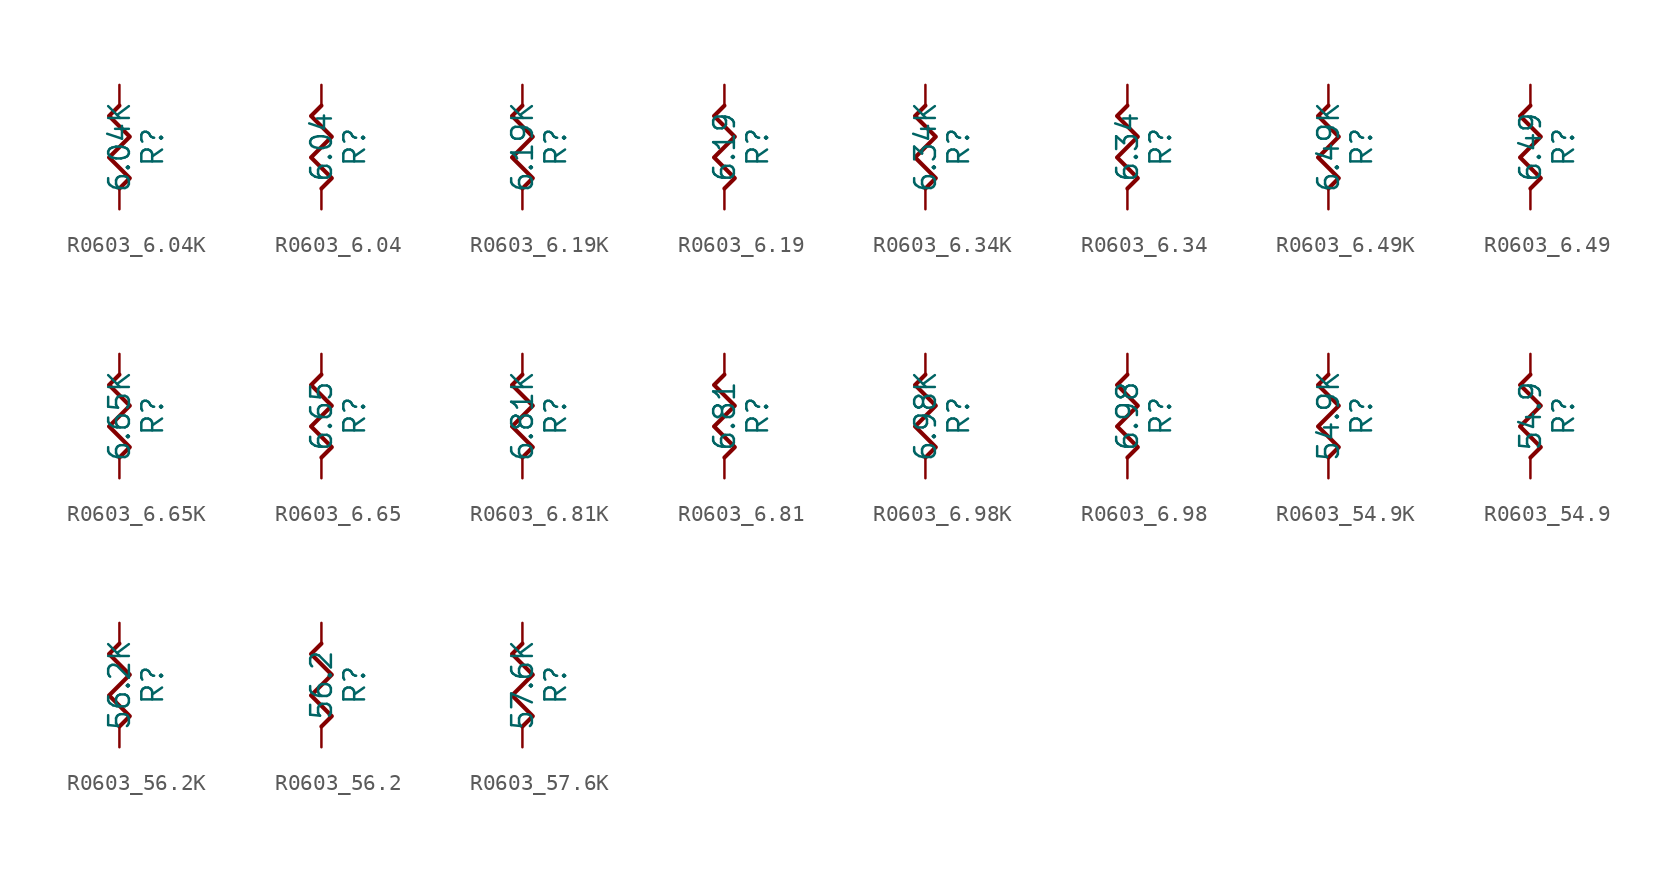
<source format=kicad_sym>
(kicad_symbol_lib
  (version 20211014)
  (generator atlantix-eda)
  (symbol "R0603_6.04K"
    (pin_numbers hide)
    (pin_names
      (offset 0))
    (property "Reference" "R"
      (at 2.032 0 90)
      (effects (font (size 1.27 1.27))))
    (property "Value" "6.04K"
      (at 0 0 90)
      (effects (font (size 1.27 1.27))))
    (symbol "R0603_6.04K_0_1"
      (polyline (pts (xy 0 -2.54) (xy 0.635 -1.905) (xy -0.635 -0.635) (xy 0.635 0.635) (xy -0.635 1.905) (xy 0 2.54)) (stroke (width 0.254) (type default) (color 0 0 0 0)) (fill (type none))))
    (symbol "R0603_6.04K_1_1"
      (pin passive line (at 0 3.81 270) (length 1.27) (name "~" (effects (font (size 1.27 1.27)))) (number "1" (effects (font (size 1.27 1.27)))))
      (pin passive line (at 0 -3.81 90) (length 1.27) (name "~" (effects (font (size 1.27 1.27)))) (number "2" (effects (font (size 1.27 1.27)))))))
  (symbol "R0603_6.04"
    (pin_numbers hide)
    (pin_names
      (offset 0))
    (property "Reference" "R"
      (at 2.032 0 90)
      (effects (font (size 1.27 1.27))))
    (property "Value" "6.04"
      (at 0 0 90)
      (effects (font (size 1.27 1.27))))
    (symbol "R0603_6.04_0_1"
      (polyline (pts (xy 0 -2.54) (xy 0.635 -1.905) (xy -0.635 -0.635) (xy 0.635 0.635) (xy -0.635 1.905) (xy 0 2.54)) (stroke (width 0.254) (type default) (color 0 0 0 0)) (fill (type none))))
    (symbol "R0603_6.04_1_1"
      (pin passive line (at 0 3.81 270) (length 1.27) (name "~" (effects (font (size 1.27 1.27)))) (number "1" (effects (font (size 1.27 1.27)))))
      (pin passive line (at 0 -3.81 90) (length 1.27) (name "~" (effects (font (size 1.27 1.27)))) (number "2" (effects (font (size 1.27 1.27)))))))
  (symbol "R0603_6.19K"
    (pin_numbers hide)
    (pin_names
      (offset 0))
    (property "Reference" "R"
      (at 2.032 0 90)
      (effects (font (size 1.27 1.27))))
    (property "Value" "6.19K"
      (at 0 0 90)
      (effects (font (size 1.27 1.27))))
    (symbol "R0603_6.19K_0_1"
      (polyline (pts (xy 0 -2.54) (xy 0.635 -1.905) (xy -0.635 -0.635) (xy 0.635 0.635) (xy -0.635 1.905) (xy 0 2.54)) (stroke (width 0.254) (type default) (color 0 0 0 0)) (fill (type none))))
    (symbol "R0603_6.19K_1_1"
      (pin passive line (at 0 3.81 270) (length 1.27) (name "~" (effects (font (size 1.27 1.27)))) (number "1" (effects (font (size 1.27 1.27)))))
      (pin passive line (at 0 -3.81 90) (length 1.27) (name "~" (effects (font (size 1.27 1.27)))) (number "2" (effects (font (size 1.27 1.27)))))))
  (symbol "R0603_6.19"
    (pin_numbers hide)
    (pin_names
      (offset 0))
    (property "Reference" "R"
      (at 2.032 0 90)
      (effects (font (size 1.27 1.27))))
    (property "Value" "6.19"
      (at 0 0 90)
      (effects (font (size 1.27 1.27))))
    (symbol "R0603_6.19_0_1"
      (polyline (pts (xy 0 -2.54) (xy 0.635 -1.905) (xy -0.635 -0.635) (xy 0.635 0.635) (xy -0.635 1.905) (xy 0 2.54)) (stroke (width 0.254) (type default) (color 0 0 0 0)) (fill (type none))))
    (symbol "R0603_6.19_1_1"
      (pin passive line (at 0 3.81 270) (length 1.27) (name "~" (effects (font (size 1.27 1.27)))) (number "1" (effects (font (size 1.27 1.27)))))
      (pin passive line (at 0 -3.81 90) (length 1.27) (name "~" (effects (font (size 1.27 1.27)))) (number "2" (effects (font (size 1.27 1.27)))))))
  (symbol "R0603_6.34K"
    (pin_numbers hide)
    (pin_names
      (offset 0))
    (property "Reference" "R"
      (at 2.032 0 90)
      (effects (font (size 1.27 1.27))))
    (property "Value" "6.34K"
      (at 0 0 90)
      (effects (font (size 1.27 1.27))))
    (symbol "R0603_6.34K_0_1"
      (polyline (pts (xy 0 -2.54) (xy 0.635 -1.905) (xy -0.635 -0.635) (xy 0.635 0.635) (xy -0.635 1.905) (xy 0 2.54)) (stroke (width 0.254) (type default) (color 0 0 0 0)) (fill (type none))))
    (symbol "R0603_6.34K_1_1"
      (pin passive line (at 0 3.81 270) (length 1.27) (name "~" (effects (font (size 1.27 1.27)))) (number "1" (effects (font (size 1.27 1.27)))))
      (pin passive line (at 0 -3.81 90) (length 1.27) (name "~" (effects (font (size 1.27 1.27)))) (number "2" (effects (font (size 1.27 1.27)))))))
  (symbol "R0603_6.34"
    (pin_numbers hide)
    (pin_names
      (offset 0))
    (property "Reference" "R"
      (at 2.032 0 90)
      (effects (font (size 1.27 1.27))))
    (property "Value" "6.34"
      (at 0 0 90)
      (effects (font (size 1.27 1.27))))
    (symbol "R0603_6.34_0_1"
      (polyline (pts (xy 0 -2.54) (xy 0.635 -1.905) (xy -0.635 -0.635) (xy 0.635 0.635) (xy -0.635 1.905) (xy 0 2.54)) (stroke (width 0.254) (type default) (color 0 0 0 0)) (fill (type none))))
    (symbol "R0603_6.34_1_1"
      (pin passive line (at 0 3.81 270) (length 1.27) (name "~" (effects (font (size 1.27 1.27)))) (number "1" (effects (font (size 1.27 1.27)))))
      (pin passive line (at 0 -3.81 90) (length 1.27) (name "~" (effects (font (size 1.27 1.27)))) (number "2" (effects (font (size 1.27 1.27)))))))
  (symbol "R0603_6.49K"
    (pin_numbers hide)
    (pin_names
      (offset 0))
    (property "Reference" "R"
      (at 2.032 0 90)
      (effects (font (size 1.27 1.27))))
    (property "Value" "6.49K"
      (at 0 0 90)
      (effects (font (size 1.27 1.27))))
    (symbol "R0603_6.49K_0_1"
      (polyline (pts (xy 0 -2.54) (xy 0.635 -1.905) (xy -0.635 -0.635) (xy 0.635 0.635) (xy -0.635 1.905) (xy 0 2.54)) (stroke (width 0.254) (type default) (color 0 0 0 0)) (fill (type none))))
    (symbol "R0603_6.49K_1_1"
      (pin passive line (at 0 3.81 270) (length 1.27) (name "~" (effects (font (size 1.27 1.27)))) (number "1" (effects (font (size 1.27 1.27)))))
      (pin passive line (at 0 -3.81 90) (length 1.27) (name "~" (effects (font (size 1.27 1.27)))) (number "2" (effects (font (size 1.27 1.27)))))))
  (symbol "R0603_6.49"
    (pin_numbers hide)
    (pin_names
      (offset 0))
    (property "Reference" "R"
      (at 2.032 0 90)
      (effects (font (size 1.27 1.27))))
    (property "Value" "6.49"
      (at 0 0 90)
      (effects (font (size 1.27 1.27))))
    (symbol "R0603_6.49_0_1"
      (polyline (pts (xy 0 -2.54) (xy 0.635 -1.905) (xy -0.635 -0.635) (xy 0.635 0.635) (xy -0.635 1.905) (xy 0 2.54)) (stroke (width 0.254) (type default) (color 0 0 0 0)) (fill (type none))))
    (symbol "R0603_6.49_1_1"
      (pin passive line (at 0 3.81 270) (length 1.27) (name "~" (effects (font (size 1.27 1.27)))) (number "1" (effects (font (size 1.27 1.27)))))
      (pin passive line (at 0 -3.81 90) (length 1.27) (name "~" (effects (font (size 1.27 1.27)))) (number "2" (effects (font (size 1.27 1.27)))))))
  (symbol "R0603_6.65K"
    (pin_numbers hide)
    (pin_names
      (offset 0))
    (property "Reference" "R"
      (at 2.032 0 90)
      (effects (font (size 1.27 1.27))))
    (property "Value" "6.65K"
      (at 0 0 90)
      (effects (font (size 1.27 1.27))))
    (symbol "R0603_6.65K_0_1"
      (polyline (pts (xy 0 -2.54) (xy 0.635 -1.905) (xy -0.635 -0.635) (xy 0.635 0.635) (xy -0.635 1.905) (xy 0 2.54)) (stroke (width 0.254) (type default) (color 0 0 0 0)) (fill (type none))))
    (symbol "R0603_6.65K_1_1"
      (pin passive line (at 0 3.81 270) (length 1.27) (name "~" (effects (font (size 1.27 1.27)))) (number "1" (effects (font (size 1.27 1.27)))))
      (pin passive line (at 0 -3.81 90) (length 1.27) (name "~" (effects (font (size 1.27 1.27)))) (number "2" (effects (font (size 1.27 1.27)))))))
  (symbol "R0603_6.65"
    (pin_numbers hide)
    (pin_names
      (offset 0))
    (property "Reference" "R"
      (at 2.032 0 90)
      (effects (font (size 1.27 1.27))))
    (property "Value" "6.65"
      (at 0 0 90)
      (effects (font (size 1.27 1.27))))
    (symbol "R0603_6.65_0_1"
      (polyline (pts (xy 0 -2.54) (xy 0.635 -1.905) (xy -0.635 -0.635) (xy 0.635 0.635) (xy -0.635 1.905) (xy 0 2.54)) (stroke (width 0.254) (type default) (color 0 0 0 0)) (fill (type none))))
    (symbol "R0603_6.65_1_1"
      (pin passive line (at 0 3.81 270) (length 1.27) (name "~" (effects (font (size 1.27 1.27)))) (number "1" (effects (font (size 1.27 1.27)))))
      (pin passive line (at 0 -3.81 90) (length 1.27) (name "~" (effects (font (size 1.27 1.27)))) (number "2" (effects (font (size 1.27 1.27)))))))
  (symbol "R0603_6.81K"
    (pin_numbers hide)
    (pin_names
      (offset 0))
    (property "Reference" "R"
      (at 2.032 0 90)
      (effects (font (size 1.27 1.27))))
    (property "Value" "6.81K"
      (at 0 0 90)
      (effects (font (size 1.27 1.27))))
    (symbol "R0603_6.81K_0_1"
      (polyline (pts (xy 0 -2.54) (xy 0.635 -1.905) (xy -0.635 -0.635) (xy 0.635 0.635) (xy -0.635 1.905) (xy 0 2.54)) (stroke (width 0.254) (type default) (color 0 0 0 0)) (fill (type none))))
    (symbol "R0603_6.81K_1_1"
      (pin passive line (at 0 3.81 270) (length 1.27) (name "~" (effects (font (size 1.27 1.27)))) (number "1" (effects (font (size 1.27 1.27)))))
      (pin passive line (at 0 -3.81 90) (length 1.27) (name "~" (effects (font (size 1.27 1.27)))) (number "2" (effects (font (size 1.27 1.27)))))))
  (symbol "R0603_6.81"
    (pin_numbers hide)
    (pin_names
      (offset 0))
    (property "Reference" "R"
      (at 2.032 0 90)
      (effects (font (size 1.27 1.27))))
    (property "Value" "6.81"
      (at 0 0 90)
      (effects (font (size 1.27 1.27))))
    (symbol "R0603_6.81_0_1"
      (polyline (pts (xy 0 -2.54) (xy 0.635 -1.905) (xy -0.635 -0.635) (xy 0.635 0.635) (xy -0.635 1.905) (xy 0 2.54)) (stroke (width 0.254) (type default) (color 0 0 0 0)) (fill (type none))))
    (symbol "R0603_6.81_1_1"
      (pin passive line (at 0 3.81 270) (length 1.27) (name "~" (effects (font (size 1.27 1.27)))) (number "1" (effects (font (size 1.27 1.27)))))
      (pin passive line (at 0 -3.81 90) (length 1.27) (name "~" (effects (font (size 1.27 1.27)))) (number "2" (effects (font (size 1.27 1.27)))))))
  (symbol "R0603_6.98K"
    (pin_numbers hide)
    (pin_names
      (offset 0))
    (property "Reference" "R"
      (at 2.032 0 90)
      (effects (font (size 1.27 1.27))))
    (property "Value" "6.98K"
      (at 0 0 90)
      (effects (font (size 1.27 1.27))))
    (symbol "R0603_6.98K_0_1"
      (polyline (pts (xy 0 -2.54) (xy 0.635 -1.905) (xy -0.635 -0.635) (xy 0.635 0.635) (xy -0.635 1.905) (xy 0 2.54)) (stroke (width 0.254) (type default) (color 0 0 0 0)) (fill (type none))))
    (symbol "R0603_6.98K_1_1"
      (pin passive line (at 0 3.81 270) (length 1.27) (name "~" (effects (font (size 1.27 1.27)))) (number "1" (effects (font (size 1.27 1.27)))))
      (pin passive line (at 0 -3.81 90) (length 1.27) (name "~" (effects (font (size 1.27 1.27)))) (number "2" (effects (font (size 1.27 1.27)))))))
  (symbol "R0603_6.98"
    (pin_numbers hide)
    (pin_names
      (offset 0))
    (property "Reference" "R"
      (at 2.032 0 90)
      (effects (font (size 1.27 1.27))))
    (property "Value" "6.98"
      (at 0 0 90)
      (effects (font (size 1.27 1.27))))
    (symbol "R0603_6.98_0_1"
      (polyline (pts (xy 0 -2.54) (xy 0.635 -1.905) (xy -0.635 -0.635) (xy 0.635 0.635) (xy -0.635 1.905) (xy 0 2.54)) (stroke (width 0.254) (type default) (color 0 0 0 0)) (fill (type none))))
    (symbol "R0603_6.98_1_1"
      (pin passive line (at 0 3.81 270) (length 1.27) (name "~" (effects (font (size 1.27 1.27)))) (number "1" (effects (font (size 1.27 1.27)))))
      (pin passive line (at 0 -3.81 90) (length 1.27) (name "~" (effects (font (size 1.27 1.27)))) (number "2" (effects (font (size 1.27 1.27)))))))
  (symbol "R0603_54.9K"
    (pin_numbers hide)
    (pin_names
      (offset 0))
    (property "Reference" "R"
      (at 2.032 0 90)
      (effects (font (size 1.27 1.27))))
    (property "Value" "54.9K"
      (at 0 0 90)
      (effects (font (size 1.27 1.27))))
    (symbol "R0603_54.9K_0_1"
      (polyline (pts (xy 0 -2.54) (xy 0.635 -1.905) (xy -0.635 -0.635) (xy 0.635 0.635) (xy -0.635 1.905) (xy 0 2.54)) (stroke (width 0.254) (type default) (color 0 0 0 0)) (fill (type none))))
    (symbol "R0603_54.9K_1_1"
      (pin passive line (at 0 3.81 270) (length 1.27) (name "~" (effects (font (size 1.27 1.27)))) (number "1" (effects (font (size 1.27 1.27)))))
      (pin passive line (at 0 -3.81 90) (length 1.27) (name "~" (effects (font (size 1.27 1.27)))) (number "2" (effects (font (size 1.27 1.27)))))))
  (symbol "R0603_54.9"
    (pin_numbers hide)
    (pin_names
      (offset 0))
    (property "Reference" "R"
      (at 2.032 0 90)
      (effects (font (size 1.27 1.27))))
    (property "Value" "54.9"
      (at 0 0 90)
      (effects (font (size 1.27 1.27))))
    (symbol "R0603_54.9_0_1"
      (polyline (pts (xy 0 -2.54) (xy 0.635 -1.905) (xy -0.635 -0.635) (xy 0.635 0.635) (xy -0.635 1.905) (xy 0 2.54)) (stroke (width 0.254) (type default) (color 0 0 0 0)) (fill (type none))))
    (symbol "R0603_54.9_1_1"
      (pin passive line (at 0 3.81 270) (length 1.27) (name "~" (effects (font (size 1.27 1.27)))) (number "1" (effects (font (size 1.27 1.27)))))
      (pin passive line (at 0 -3.81 90) (length 1.27) (name "~" (effects (font (size 1.27 1.27)))) (number "2" (effects (font (size 1.27 1.27)))))))
  (symbol "R0603_56.2K"
    (pin_numbers hide)
    (pin_names
      (offset 0))
    (property "Reference" "R"
      (at 2.032 0 90)
      (effects (font (size 1.27 1.27))))
    (property "Value" "56.2K"
      (at 0 0 90)
      (effects (font (size 1.27 1.27))))
    (symbol "R0603_56.2K_0_1"
      (polyline (pts (xy 0 -2.54) (xy 0.635 -1.905) (xy -0.635 -0.635) (xy 0.635 0.635) (xy -0.635 1.905) (xy 0 2.54)) (stroke (width 0.254) (type default) (color 0 0 0 0)) (fill (type none))))
    (symbol "R0603_56.2K_1_1"
      (pin passive line (at 0 3.81 270) (length 1.27) (name "~" (effects (font (size 1.27 1.27)))) (number "1" (effects (font (size 1.27 1.27)))))
      (pin passive line (at 0 -3.81 90) (length 1.27) (name "~" (effects (font (size 1.27 1.27)))) (number "2" (effects (font (size 1.27 1.27)))))))
  (symbol "R0603_56.2"
    (pin_numbers hide)
    (pin_names
      (offset 0))
    (property "Reference" "R"
      (at 2.032 0 90)
      (effects (font (size 1.27 1.27))))
    (property "Value" "56.2"
      (at 0 0 90)
      (effects (font (size 1.27 1.27))))
    (symbol "R0603_56.2_0_1"
      (polyline (pts (xy 0 -2.54) (xy 0.635 -1.905) (xy -0.635 -0.635) (xy 0.635 0.635) (xy -0.635 1.905) (xy 0 2.54)) (stroke (width 0.254) (type default) (color 0 0 0 0)) (fill (type none))))
    (symbol "R0603_56.2_1_1"
      (pin passive line (at 0 3.81 270) (length 1.27) (name "~" (effects (font (size 1.27 1.27)))) (number "1" (effects (font (size 1.27 1.27)))))
      (pin passive line (at 0 -3.81 90) (length 1.27) (name "~" (effects (font (size 1.27 1.27)))) (number "2" (effects (font (size 1.27 1.27)))))))
  (symbol "R0603_57.6K"
    (pin_numbers hide)
    (pin_names
      (offset 0))
    (property "Reference" "R"
      (at 2.032 0 90)
      (effects (font (size 1.27 1.27))))
    (property "Value" "57.6K"
      (at 0 0 90)
      (effects (font (size 1.27 1.27))))
    (symbol "R0603_57.6K_0_1"
      (polyline (pts (xy 0 -2.54) (xy 0.635 -1.905) (xy -0.635 -0.635) (xy 0.635 0.635) (xy -0.635 1.905) (xy 0 2.54)) (stroke (width 0.254) (type default) (color 0 0 0 0)) (fill (type none))))
    (symbol "R0603_57.6K_1_1"
      (pin passive line (at 0 3.81 270) (length 1.27) (name "~" (effects (font (size 1.27 1.27)))) (number "1" (effects (font (size 1.27 1.27)))))
      (pin passive line (at 0 -3.81 90) (length 1.27) (name "~" (effects (font (size 1.27 1.27)))) (number "2" (effects (font (size 1.27 1.27))))))))
</source>
